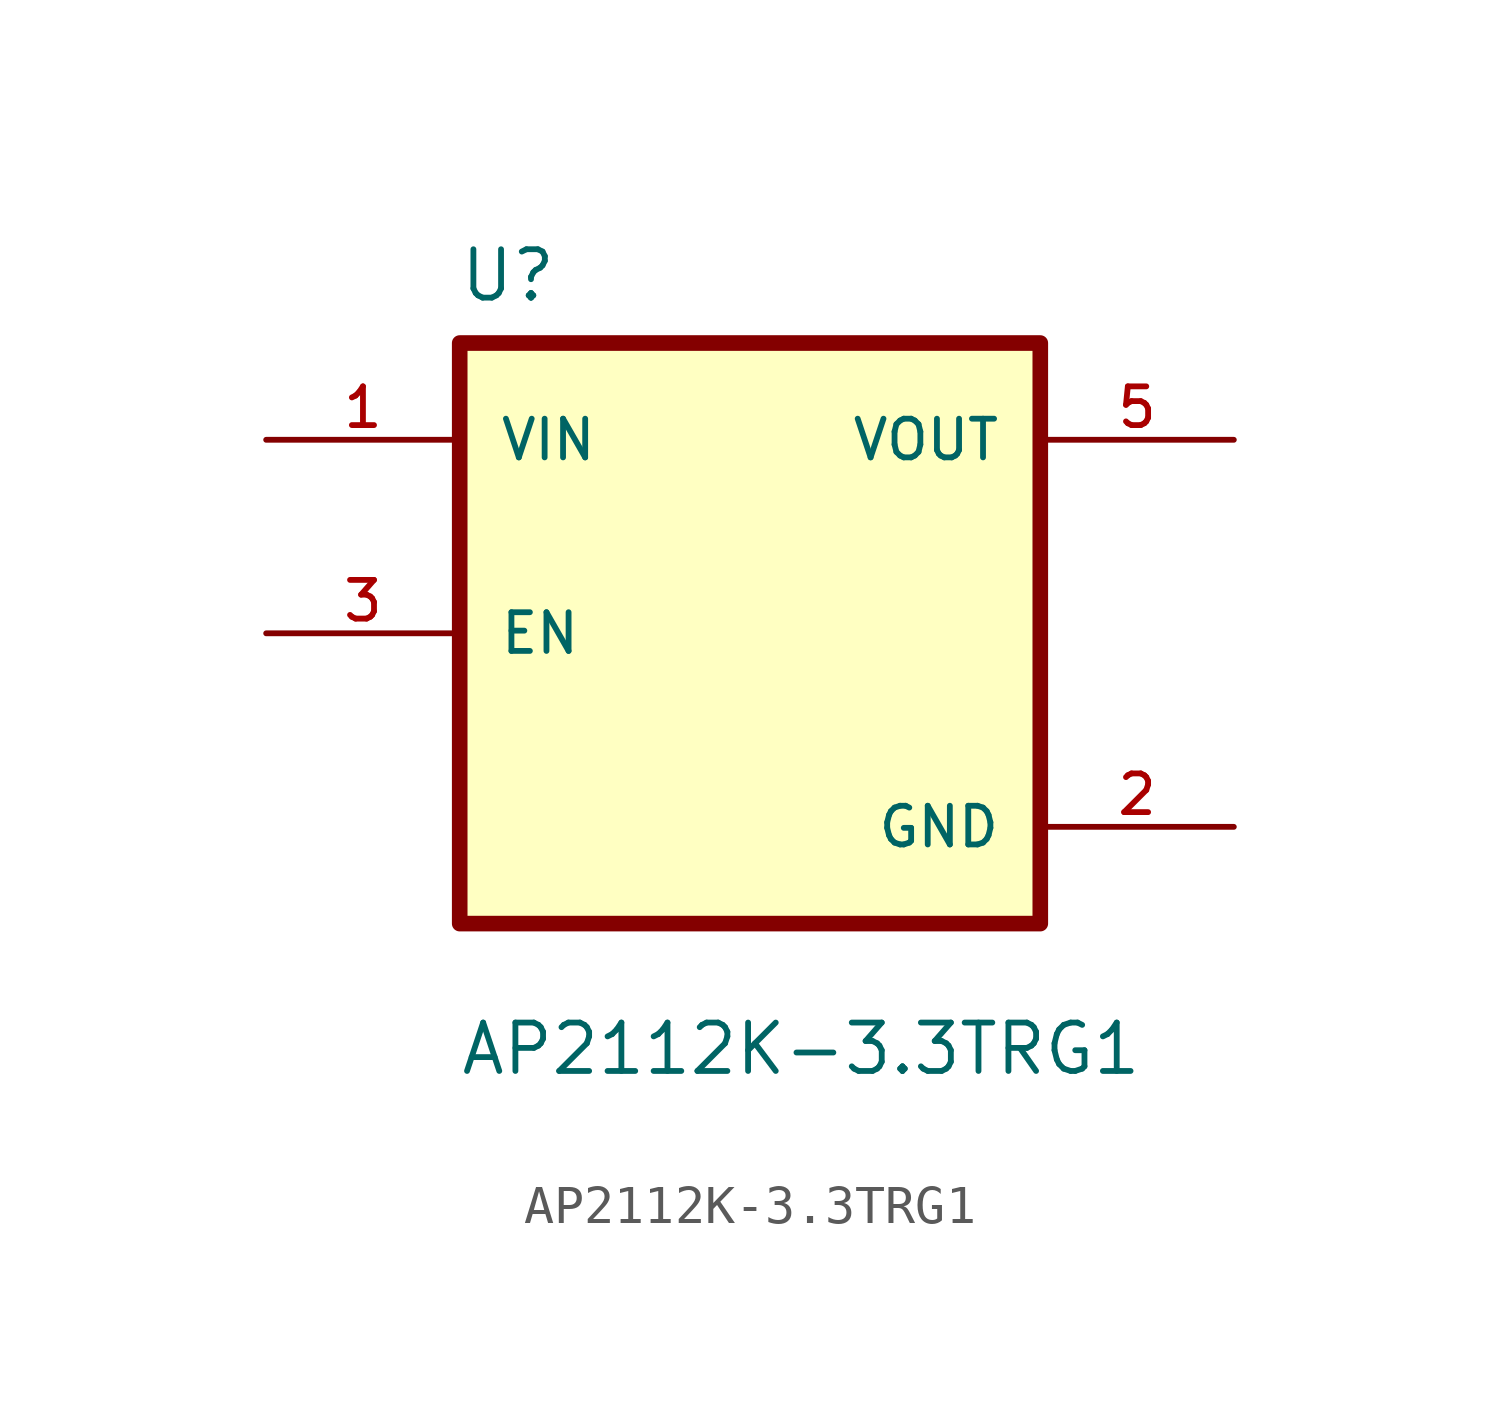
<source format=kicad_sym>
(kicad_symbol_lib
  (version 20211014)
  (generator kicad_symbol_editor)
  (symbol "AP2112K-3.3TRG1"
    (pin_names
      (offset 1.016))
    (property "Reference" "U"
      (at -7.663 8.648 0.0)
      (effects (font (size 1.27 1.27)) (justify bottom left)))
    (property "Value" "AP2112K-3.3TRG1"
      (at -7.649 -11.651 0.0)
      (effects (font (size 1.27 1.27)) (justify bottom left)))
    (symbol "AP2112K-3.3TRG1_0_0"
      (rectangle (start -7.62 -7.62) (end 7.62 7.62) (stroke (width 0.41)) (fill (type background)))
      (pin power_in line (at 12.7 -5.08 180.0) (length 5.08) (name "GND" (effects (font (size 1.016 1.016)))) (number "2" (effects (font (size 1.016 1.016)))))
      (pin power_in line (at -12.7 5.08 0) (length 5.08) (name "VIN" (effects (font (size 1.016 1.016)))) (number "1" (effects (font (size 1.016 1.016)))))
      (pin power_in line (at 12.7 5.08 180.0) (length 5.08) (name "VOUT" (effects (font (size 1.016 1.016)))) (number "5" (effects (font (size 1.016 1.016)))))
      (pin input line (at -12.7 0.0 0) (length 5.08) (name "EN" (effects (font (size 1.016 1.016)))) (number "3" (effects (font (size 1.016 1.016))))))))
</source>
